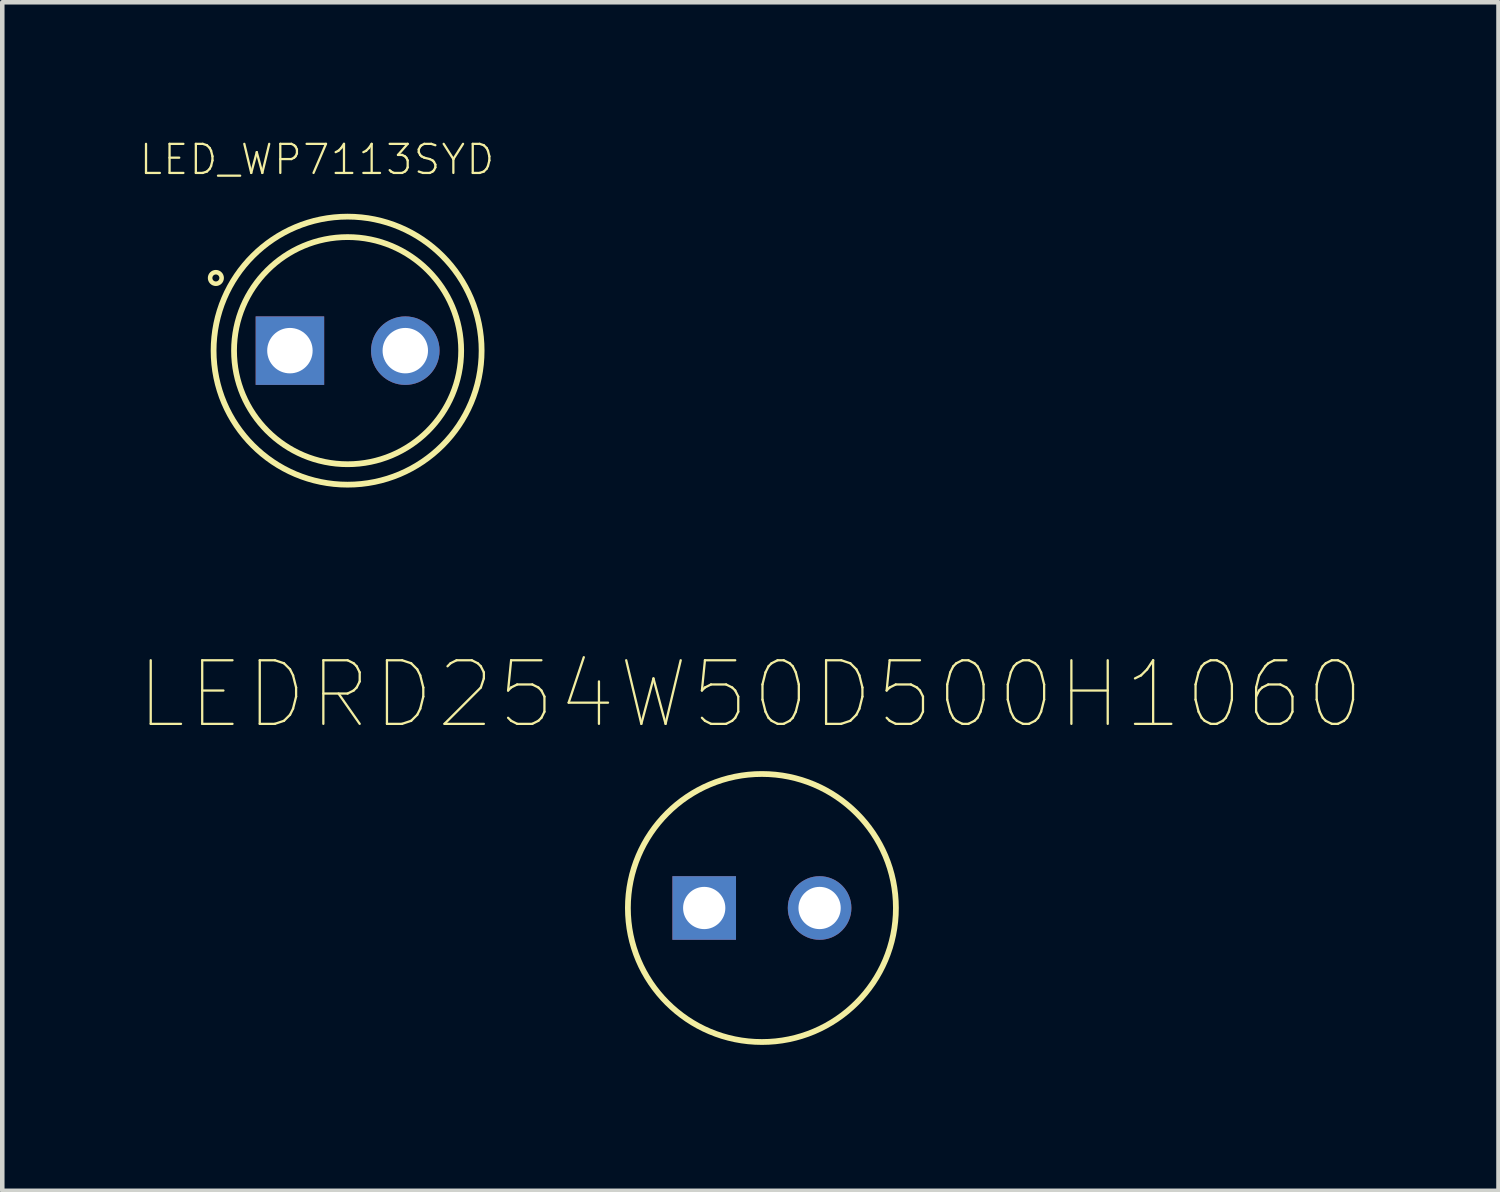
<source format=kicad_pcb>
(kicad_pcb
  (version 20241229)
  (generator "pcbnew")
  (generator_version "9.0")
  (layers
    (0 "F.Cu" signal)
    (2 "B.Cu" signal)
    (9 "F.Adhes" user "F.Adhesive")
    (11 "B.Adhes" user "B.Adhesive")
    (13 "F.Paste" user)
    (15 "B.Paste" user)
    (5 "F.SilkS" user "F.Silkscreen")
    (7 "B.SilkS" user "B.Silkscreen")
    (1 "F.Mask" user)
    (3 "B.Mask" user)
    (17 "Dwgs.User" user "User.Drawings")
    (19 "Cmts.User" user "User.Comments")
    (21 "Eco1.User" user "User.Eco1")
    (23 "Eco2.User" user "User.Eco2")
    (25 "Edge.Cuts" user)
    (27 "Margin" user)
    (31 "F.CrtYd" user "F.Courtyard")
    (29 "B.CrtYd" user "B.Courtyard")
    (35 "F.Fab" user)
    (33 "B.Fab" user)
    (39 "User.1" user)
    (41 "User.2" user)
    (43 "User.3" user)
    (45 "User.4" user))
  (footprint "LEDRD254W50D500H1060"
    (layer "F.Cu")
    (at 13.722 16.938)
    (property "Reference" "LEDRD254W50D500H1060" (at -0.254 -4.699 0) (layer "F.SilkS") (effects (font (size 1.4 1.4) (thickness 0.05))))
    (attr through_hole exclude_from_pos_files)
    (fp_circle (center 0 0) (end 2.95 0) (stroke (width 0.127) (type solid)) (fill no) (layer "F.SilkS"))
    (fp_circle (center 0 0) (end 3.2 0) (stroke (width 0.05) (type solid)) (fill no) (layer "Eco1.User"))
    (fp_circle (center -3.4 0) (end -3.3 0) (stroke (width 0.2) (type solid)) (fill no) (layer "Eco2.User"))
    (fp_circle (center 0 0) (end 2.95 0) (stroke (width 0.127) (type solid)) (fill no) (layer "Eco2.User"))
    (pad "A" thru_hole circle (at 1.27 0) (size 1.4 1.4) (drill 0.93) (layers "*.Cu" "*.Mask"))
    (pad "C" thru_hole rect (at -1.27 0) (size 1.4 1.4) (drill 0.93) (layers "*.Cu" "*.Mask")))
  (footprint "LED_WP7113SYD"
    (layer "F.Cu")
    (at 4.602 4.669)
    (property "Reference" "LED_WP7113SYD" (at -0.674 -4.206 0) (layer "F.SilkS") (effects (font (size 0.64 0.64) (thickness 0.05))))
    (attr through_hole exclude_from_pos_files)
    (fp_circle (center -2.9 -1.6) (end -2.773 -1.6) (stroke (width 0.1) (type solid)) (fill no) (layer "F.SilkS"))
    (fp_circle (center 0 0) (end 2.5 0) (stroke (width 0.127) (type solid)) (fill no) (layer "F.SilkS"))
    (fp_circle (center 0 0) (end 2.95 0) (stroke (width 0.127) (type solid)) (fill no) (layer "F.SilkS"))
    (fp_circle (center 0 0) (end 3.6 0) (stroke (width 0.127) (type solid)) (fill no) (layer "Eco1.User"))
    (pad "A" thru_hole circle (at 1.27 0 180) (size 1.508 1.508) (drill 1) (layers "*.Cu" "*.Mask"))
    (pad "C" thru_hole rect (at -1.27 0 180) (size 1.508 1.508) (drill 1) (layers "*.Cu" "*.Mask")))
  (gr_rect
    (start -3 -3)
    (end 29.937 23.163)
    (stroke (width 0.1) (type default))
    (fill no)
    (layer "Edge.Cuts")))
</source>
